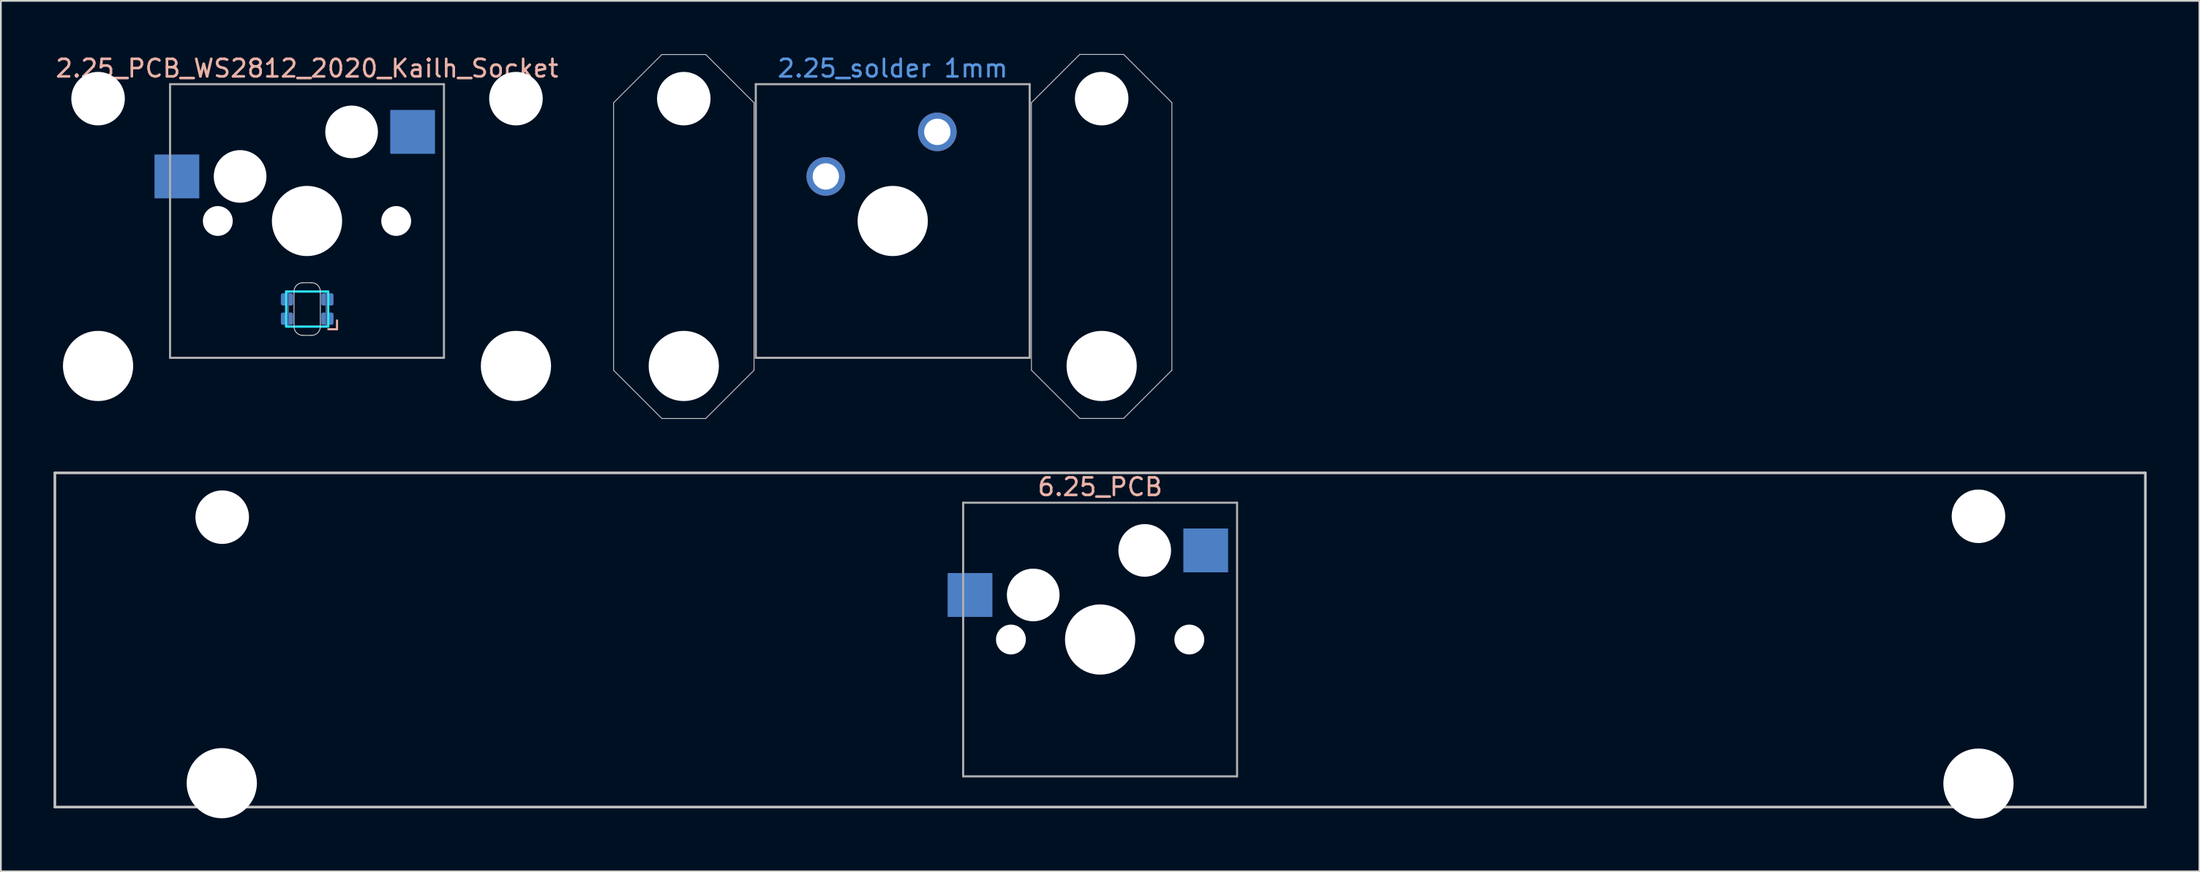
<source format=kicad_pcb>
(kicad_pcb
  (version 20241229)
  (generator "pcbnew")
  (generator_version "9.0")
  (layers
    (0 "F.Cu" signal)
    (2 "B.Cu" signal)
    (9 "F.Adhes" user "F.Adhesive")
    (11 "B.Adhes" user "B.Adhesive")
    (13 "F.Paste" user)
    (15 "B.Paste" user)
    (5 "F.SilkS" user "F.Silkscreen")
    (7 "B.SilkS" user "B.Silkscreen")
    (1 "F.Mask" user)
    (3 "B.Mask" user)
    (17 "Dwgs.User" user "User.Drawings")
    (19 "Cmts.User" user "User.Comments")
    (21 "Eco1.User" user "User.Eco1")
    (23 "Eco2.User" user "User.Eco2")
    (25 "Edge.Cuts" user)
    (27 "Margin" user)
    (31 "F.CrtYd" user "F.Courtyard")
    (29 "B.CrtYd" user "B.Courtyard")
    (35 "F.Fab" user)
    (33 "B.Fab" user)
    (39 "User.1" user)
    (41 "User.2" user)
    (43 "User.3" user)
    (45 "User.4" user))
  (footprint "6.25_PCB"
    (layer "F.Cu")
    (at 59.606 33.408)
    (property "Reference" "6.25_PCB" (at 0 -8.7 0) (layer "B.SilkS") (effects (font (size 1 1) (thickness 0.15))))
    (attr smd)
    (fp_line (start -59.531 -9.5) (end 59.531 -9.5) (stroke (width 0.15) (type solid)) (layer "Dwgs.User"))
    (fp_line (start -59.531 9.55) (end -59.531 -9.5) (stroke (width 0.15) (type solid)) (layer "Dwgs.User"))
    (fp_line (start 59.531 -9.5) (end 59.531 9.55) (stroke (width 0.15) (type solid)) (layer "Dwgs.User"))
    (fp_line (start 59.531 9.55) (end -59.531 9.55) (stroke (width 0.15) (type solid)) (layer "Dwgs.User"))
    (fp_line (start -7.8 -7.8) (end 7.8 -7.8) (stroke (width 0.12) (type solid)) (layer "F.Fab"))
    (fp_line (start -7.8 7.8) (end -7.8 -7.8) (stroke (width 0.12) (type solid)) (layer "F.Fab"))
    (fp_line (start 7.8 7.8) (end -7.8 7.8) (stroke (width 0.12) (type solid)) (layer "F.Fab"))
    (fp_line (start 7.8 7.8) (end 7.8 -7.8) (stroke (width 0.12) (type solid)) (layer "F.Fab"))
    (pad "" np_thru_hole circle (at -50.025 8.189) (size 4 4) (drill 4) (layers "*.Cu" "*.Mask"))
    (pad "" np_thru_hole circle (at -50 -6.975) (size 3.05 3.05) (drill 3.05) (layers "*.Cu" "*.Mask"))
    (pad "" np_thru_hole circle (at -5.08 0) (size 1.7 1.7) (drill 1.7) (layers "*.Cu" "*.Mask"))
    (pad "" np_thru_hole circle (at -3.81 -2.54) (size 3 3) (drill 3) (layers "*.Cu" "*.Mask"))
    (pad "" np_thru_hole circle (at 0 0) (size 4 4) (drill 4) (layers "*.Cu" "*.Mask"))
    (pad "" np_thru_hole circle (at 2.54 -5.08) (size 3 3) (drill 3) (layers "*.Cu" "*.Mask"))
    (pad "" np_thru_hole circle (at 5.08 0) (size 1.7 1.7) (drill 1.7) (layers "*.Cu" "*.Mask"))
    (pad "" np_thru_hole circle (at 50.025 -7.025) (size 3.05 3.05) (drill 3.05) (layers "*.Cu" "*.Mask"))
    (pad "" np_thru_hole circle (at 50.025 8.215) (size 4 4) (drill 4) (layers "*.Cu" "*.Mask"))
    (pad "1" smd rect (at -7.41 -2.54) (size 2.55 2.5) (layers "B.Cu" "B.Mask" "B.Paste"))
    (pad "2" smd rect (at 6.015 -5.08) (size 2.55 2.5) (layers "B.Cu" "B.Mask" "B.Paste")))
  (footprint "2.25_solder 1mm"
    (layer "F.Cu")
    (at 47.794 9.548)
    (property "Reference" "2.25_solder 1mm" (at 0 -8.7 0) (layer "Cmts.User") (effects (font (size 1 1) (thickness 0.15))))
    (attr smd)
    (fp_line (start -15.9 -6.74) (end -15.9 8.51) (stroke (width 0.05) (type solid)) (layer "Dwgs.User"))
    (fp_line (start -15.9 -6.74) (end -13.15 -9.49) (stroke (width 0.05) (type solid)) (layer "Dwgs.User"))
    (fp_line (start -13.15 -9.49) (end -10.65 -9.49) (stroke (width 0.05) (type solid)) (layer "Dwgs.User"))
    (fp_line (start -13.15 11.26) (end -15.9 8.51) (stroke (width 0.05) (type solid)) (layer "Dwgs.User"))
    (fp_line (start -10.65 11.26) (end -13.15 11.26) (stroke (width 0.05) (type solid)) (layer "Dwgs.User"))
    (fp_line (start -7.9 8.51) (end -10.65 11.26) (stroke (width 0.05) (type solid)) (layer "Dwgs.User"))
    (fp_line (start -7.9 -6.74) (end -10.65 -9.49) (stroke (width 0.05) (type solid)) (layer "Dwgs.User"))
    (fp_line (start -7.9 -6.74) (end -7.9 8.51) (stroke (width 0.05) (type solid)) (layer "Dwgs.User"))
    (fp_line (start 7.9 -6.745) (end 7.9 8.505) (stroke (width 0.05) (type solid)) (layer "Dwgs.User"))
    (fp_line (start 7.9 -6.745) (end 10.65 -9.495) (stroke (width 0.05) (type solid)) (layer "Dwgs.User"))
    (fp_line (start 10.65 -9.495) (end 13.15 -9.495) (stroke (width 0.05) (type solid)) (layer "Dwgs.User"))
    (fp_line (start 10.65 11.255) (end 7.9 8.505) (stroke (width 0.05) (type solid)) (layer "Dwgs.User"))
    (fp_line (start 13.15 11.255) (end 10.65 11.255) (stroke (width 0.05) (type solid)) (layer "Dwgs.User"))
    (fp_line (start 15.9 8.505) (end 13.15 11.255) (stroke (width 0.05) (type solid)) (layer "Dwgs.User"))
    (fp_line (start 15.9 -6.745) (end 13.15 -9.495) (stroke (width 0.05) (type solid)) (layer "Dwgs.User"))
    (fp_line (start 15.9 -6.745) (end 15.9 8.505) (stroke (width 0.05) (type solid)) (layer "Dwgs.User"))
    (fp_line (start -7.8 -7.8) (end 7.8 -7.8) (stroke (width 0.12) (type solid)) (layer "F.Fab"))
    (fp_line (start -7.8 7.8) (end -7.8 -7.8) (stroke (width 0.12) (type solid)) (layer "F.Fab"))
    (fp_line (start 7.8 7.8) (end -7.8 7.8) (stroke (width 0.12) (type solid)) (layer "F.Fab"))
    (fp_line (start 7.8 7.8) (end 7.8 -7.8) (stroke (width 0.12) (type solid)) (layer "F.Fab"))
    (pad "" np_thru_hole circle (at -11.9 -6.975) (size 3.048 3.048) (drill 3.048) (layers "*.Cu" "*.Mask"))
    (pad "" np_thru_hole circle (at -11.9 8.265) (size 4 4) (drill 4) (layers "*.Cu" "*.Mask"))
    (pad "" np_thru_hole circle (at 0 0) (size 4 4) (drill 4) (layers "*.Cu" "*.Mask"))
    (pad "" np_thru_hole circle (at 11.9 -6.975) (size 3.05 3.05) (drill 3.05) (layers "*.Cu" "*.Mask"))
    (pad "" np_thru_hole circle (at 11.9 8.265) (size 4 4) (drill 4) (layers "*.Cu" "*.Mask"))
    (pad "1" thru_hole circle (at -3.81 -2.54) (size 2.2 2.2) (drill 1.5) (layers "*.Cu" "*.Mask"))
    (pad "2" thru_hole circle (at 2.54 -5.08) (size 2.2 2.2) (drill 1.5) (layers "*.Cu" "*.Mask")))
  (footprint "2.25_PCB_WS2812_2020_Kailh_Socket"
    (layer "F.Cu")
    (at 14.435 9.548)
    (property "Reference" "2.25_PCB_WS2812_2020_Kailh_Socket" (at 0 -8.7 0) (layer "B.SilkS") (effects (font (size 1 1) (thickness 0.15))))
    (attr smd)
    (fp_line (start 1.71 5.67) (end 1.71 6.17) (stroke (width 0.12) (type solid)) (layer "B.SilkS"))
    (fp_line (start 1.71 6.17) (end 1.21 6.17) (stroke (width 0.12) (type solid)) (layer "B.SilkS"))
    (fp_line (start -0.74 4.02) (end -0.74 6.02) (stroke (width 0.05) (type solid)) (layer "Edge.Cuts"))
    (fp_line (start -0.24 3.52) (end 0.26 3.52) (stroke (width 0.05) (type solid)) (layer "Edge.Cuts"))
    (fp_line (start 0.26 6.52) (end -0.24 6.52) (stroke (width 0.05) (type solid)) (layer "Edge.Cuts"))
    (fp_line (start 0.76 6.02) (end 0.76 4.02) (stroke (width 0.05) (type solid)) (layer "Edge.Cuts"))
    (fp_arc (start -0.74 4.02) (mid -0.593554 3.666447) (end -0.240001 3.520001) (stroke (width 0.05) (type solid)) (layer "Edge.Cuts"))
    (fp_arc (start -0.240001 6.520001) (mid -0.593554 6.373554) (end -0.74 6.02) (stroke (width 0.05) (type solid)) (layer "Edge.Cuts"))
    (fp_arc (start 0.260001 3.519999) (mid 0.613554 3.666446) (end 0.76 4.02) (stroke (width 0.05) (type solid)) (layer "Edge.Cuts"))
    (fp_arc (start 0.76 6.02) (mid 0.613554 6.373553) (end 0.260001 6.519999) (stroke (width 0.05) (type solid)) (layer "Edge.Cuts"))
    (fp_line (start -1.19 4.02) (end 1.21 4.02) (stroke (width 0.12) (type solid)) (layer "B.CrtYd"))
    (fp_line (start -1.19 6.02) (end -1.19 4.02) (stroke (width 0.12) (type solid)) (layer "B.CrtYd"))
    (fp_line (start 1.21 4.02) (end 1.21 6.02) (stroke (width 0.12) (type solid)) (layer "B.CrtYd"))
    (fp_line (start 1.21 6.02) (end -1.19 6.02) (stroke (width 0.12) (type solid)) (layer "B.CrtYd"))
    (fp_line (start -1.09 4.02) (end 1.11 4.02) (stroke (width 0.12) (type solid)) (layer "B.Fab"))
    (fp_line (start -1.09 6.02) (end -1.09 4.02) (stroke (width 0.12) (type solid)) (layer "B.Fab"))
    (fp_line (start 1.11 4.02) (end 1.11 6.02) (stroke (width 0.12) (type solid)) (layer "B.Fab"))
    (fp_line (start 1.11 6.02) (end -1.09 6.02) (stroke (width 0.12) (type solid)) (layer "B.Fab"))
    (fp_line (start -7.8 -7.8) (end 7.8 -7.8) (stroke (width 0.12) (type solid)) (layer "F.Fab"))
    (fp_line (start -7.8 7.8) (end -7.8 -7.8) (stroke (width 0.12) (type solid)) (layer "F.Fab"))
    (fp_line (start 7.8 7.8) (end -7.8 7.8) (stroke (width 0.12) (type solid)) (layer "F.Fab"))
    (fp_line (start 7.8 7.8) (end 7.8 -7.8) (stroke (width 0.12) (type solid)) (layer "F.Fab"))
    (pad "" np_thru_hole circle (at -11.9 -6.975) (size 3.05 3.05) (drill 3.05) (layers "*.Cu" "*.Mask"))
    (pad "" np_thru_hole circle (at -11.9 8.265) (size 4 4) (drill 4) (layers "*.Cu" "*.Mask"))
    (pad "" np_thru_hole circle (at -5.08 0) (size 1.7 1.7) (drill 1.7) (layers "*.Cu" "*.Mask"))
    (pad "" np_thru_hole circle (at -3.81 -2.54) (size 3 3) (drill 3) (layers "*.Cu" "*.Mask"))
    (pad "" np_thru_hole circle (at 0 0) (size 4 4) (drill 4) (layers "*.Cu" "*.Mask"))
    (pad "" np_thru_hole circle (at 2.54 -5.08) (size 3 3) (drill 3) (layers "*.Cu" "*.Mask"))
    (pad "" np_thru_hole circle (at 5.08 0) (size 1.7 1.7) (drill 1.7) (layers "*.Cu" "*.Mask"))
    (pad "" np_thru_hole circle (at 11.9 -6.975) (size 3.05 3.05) (drill 3.05) (layers "*.Cu" "*.Mask"))
    (pad "" np_thru_hole circle (at 11.9 8.265) (size 4 4) (drill 4) (layers "*.Cu" "*.Mask"))
    (pad "1" smd roundrect (at 1.16 5.57 180) (size 0.7 0.7) (layers "B.Cu" "B.Mask" "B.Paste") (roundrect_rratio 0.15))
    (pad "2" smd roundrect (at 1.16 4.47 180) (size 0.7 0.7) (layers "B.Cu" "B.Mask" "B.Paste") (roundrect_rratio 0.15))
    (pad "3" smd roundrect (at -1.14 4.47 180) (size 0.7 0.7) (layers "B.Cu" "B.Mask" "B.Paste") (roundrect_rratio 0.15))
    (pad "4" smd roundrect (at -1.14 5.57 180) (size 0.7 0.7) (layers "B.Cu" "B.Mask" "B.Paste") (roundrect_rratio 0.15))
    (pad "5" smd rect (at -7.41 -2.54) (size 2.55 2.5) (layers "B.Cu" "B.Mask" "B.Paste"))
    (pad "6" smd rect (at 6.015 -5.08) (size 2.55 2.5) (layers "B.Cu" "B.Mask" "B.Paste")))
  (gr_rect
    (start -3 -3)
    (end 122.213 46.622)
    (stroke (width 0.1) (type default))
    (fill no)
    (layer "Edge.Cuts")))
</source>
